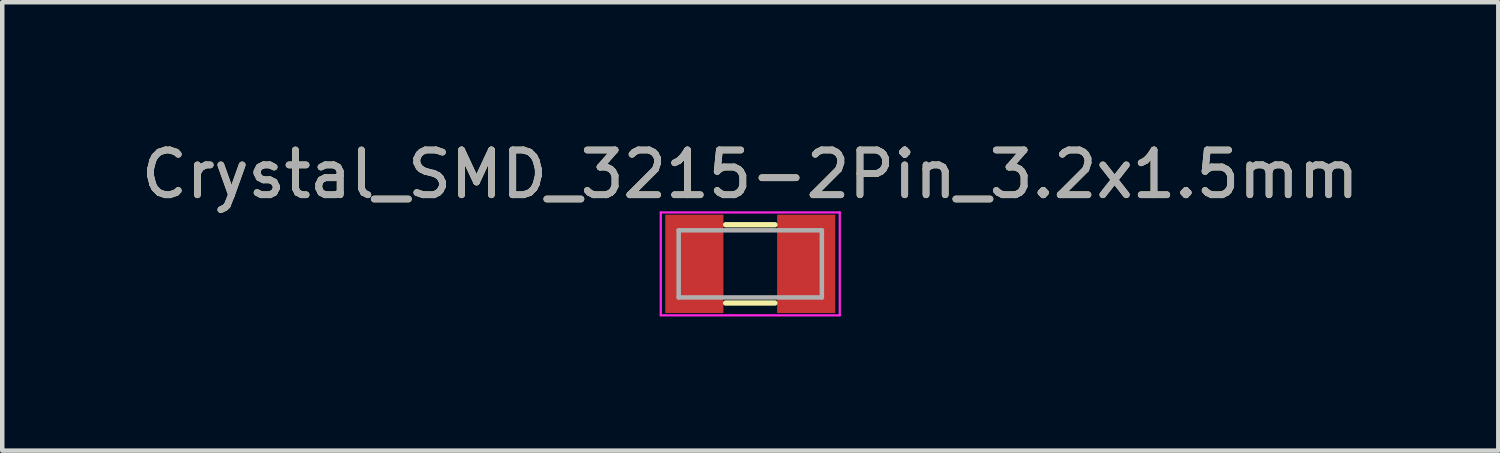
<source format=kicad_pcb>
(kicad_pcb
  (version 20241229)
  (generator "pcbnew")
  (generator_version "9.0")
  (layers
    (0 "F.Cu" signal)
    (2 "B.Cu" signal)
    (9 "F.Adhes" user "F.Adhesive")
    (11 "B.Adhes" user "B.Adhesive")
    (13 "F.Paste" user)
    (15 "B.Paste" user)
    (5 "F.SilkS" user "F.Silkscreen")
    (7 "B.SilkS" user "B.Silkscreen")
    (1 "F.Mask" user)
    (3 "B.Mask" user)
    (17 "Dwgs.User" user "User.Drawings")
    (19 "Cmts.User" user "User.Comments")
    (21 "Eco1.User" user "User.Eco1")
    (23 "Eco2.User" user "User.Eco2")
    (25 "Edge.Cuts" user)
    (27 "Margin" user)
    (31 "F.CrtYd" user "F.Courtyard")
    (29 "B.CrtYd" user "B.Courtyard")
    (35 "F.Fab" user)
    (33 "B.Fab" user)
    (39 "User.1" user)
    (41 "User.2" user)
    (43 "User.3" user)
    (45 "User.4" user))
  (footprint "Crystal_SMD_3215-2Pin_3.2x1.5mm"
    (layer "F.Cu")
    (at 13.72 2.848)
    (property "Reference" "Crystal_SMD_3215-2Pin_3.2x1.5mm" (at 0 -2 0) (layer "F.SilkS") (effects (font (size 1 1) (thickness 0.15))))
    (attr smd)
    (fp_line (start -0.55 -0.875) (end 0.55 -0.875) (stroke (width 0.12) (type solid)) (layer "F.SilkS"))
    (fp_line (start -0.55 0.875) (end 0.55 0.875) (stroke (width 0.12) (type solid)) (layer "F.SilkS"))
    (fp_line (start -2 -1.15) (end -2 1.15) (stroke (width 0.05) (type solid)) (layer "F.CrtYd"))
    (fp_line (start -2 -1.15) (end 2 -1.15) (stroke (width 0.05) (type solid)) (layer "F.CrtYd"))
    (fp_line (start -2 1.15) (end 2 1.15) (stroke (width 0.05) (type solid)) (layer "F.CrtYd"))
    (fp_line (start 2 -1.15) (end 2 1.15) (stroke (width 0.05) (type solid)) (layer "F.CrtYd"))
    (fp_line (start -1.6 -0.75) (end -1.6 0.75) (stroke (width 0.1) (type solid)) (layer "F.Fab"))
    (fp_line (start -1.6 -0.75) (end 1.6 -0.75) (stroke (width 0.1) (type solid)) (layer "F.Fab"))
    (fp_line (start -1.6 0.75) (end 1.6 0.75) (stroke (width 0.1) (type solid)) (layer "F.Fab"))
    (fp_line (start 1.6 -0.75) (end 1.6 0.75) (stroke (width 0.1) (type solid)) (layer "F.Fab"))
    (fp_text user "${REFERENCE}" (at 0 -2 0) (layer "F.Fab") (effects (font (size 1 1) (thickness 0.15))))
    (pad "1" smd rect (at 1.25 0) (size 1.3 2.2) (layers "F.Cu" "F.Mask" "F.Paste"))
    (pad "2" smd rect (at -1.25 0) (size 1.3 2.2) (layers "F.Cu" "F.Mask" "F.Paste")))
  (gr_rect
    (start -3 -3)
    (end 30.44 7.023)
    (stroke (width 0.1) (type default))
    (fill no)
    (layer "Edge.Cuts")))
</source>
